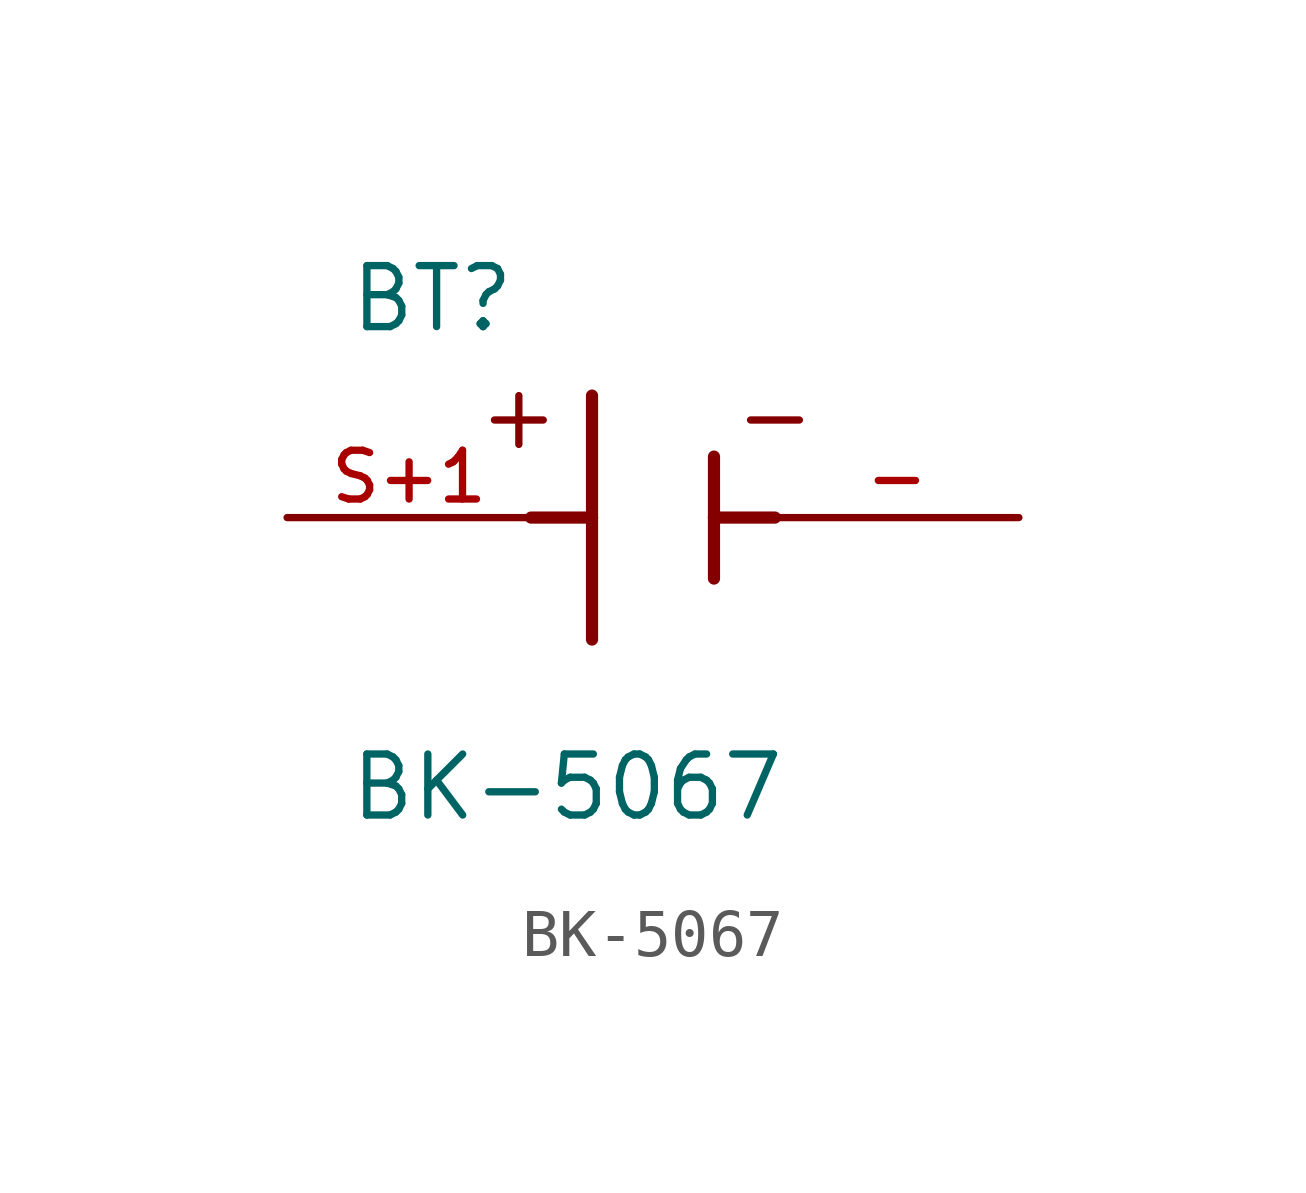
<source format=kicad_sym>
(kicad_symbol_lib
  (version 20211014)
  (generator kicad_symbol_editor)
  (symbol "BK-5067"
    (pin_names
      (offset 1.016))
    (property "Reference" "BT"
      (at -6.361 3.814 0)
      (effects (font (size 1.27 1.27)) (justify bottom left)))
    (property "Value" "BK-5067"
      (at -6.362 -6.358 0)
      (effects (font (size 1.27 1.27)) (justify bottom left)))
    (symbol "BK-5067_0_0"
      (polyline (pts (xy -1.27 2.54) (xy -1.27 0.0)) (stroke (width 0.254)))
      (polyline (pts (xy -1.27 0.0) (xy -1.27 -2.54)) (stroke (width 0.254)))
      (polyline (pts (xy 1.27 1.27) (xy 1.27 0.0)) (stroke (width 0.254)))
      (polyline (pts (xy 1.27 0.0) (xy 1.27 -1.27)) (stroke (width 0.254)))
      (polyline (pts (xy -2.54 0.0) (xy -1.27 0.0)) (stroke (width 0.254)))
      (polyline (pts (xy 1.27 0.0) (xy 2.54 0.0)) (stroke (width 0.254)))
      (polyline (pts (xy -2.794 2.54) (xy -2.794 1.524)) (stroke (width 0.152)))
      (polyline (pts (xy -3.302 2.032) (xy -2.286 2.032)) (stroke (width 0.152)))
      (polyline (pts (xy 2.032 2.032) (xy 3.048 2.032)) (stroke (width 0.152)))
      (pin passive line (at -7.62 0.0 0) (length 5.08) (name "~" (effects (font (size 1.016 1.016)))) (number "S+1" (effects (font (size 1.016 1.016)))))
      (pin passive line (at 7.62 0.0 180.0) (length 5.08) (name "~" (effects (font (size 1.016 1.016)))) (number "-" (effects (font (size 1.016 1.016))))))))
</source>
